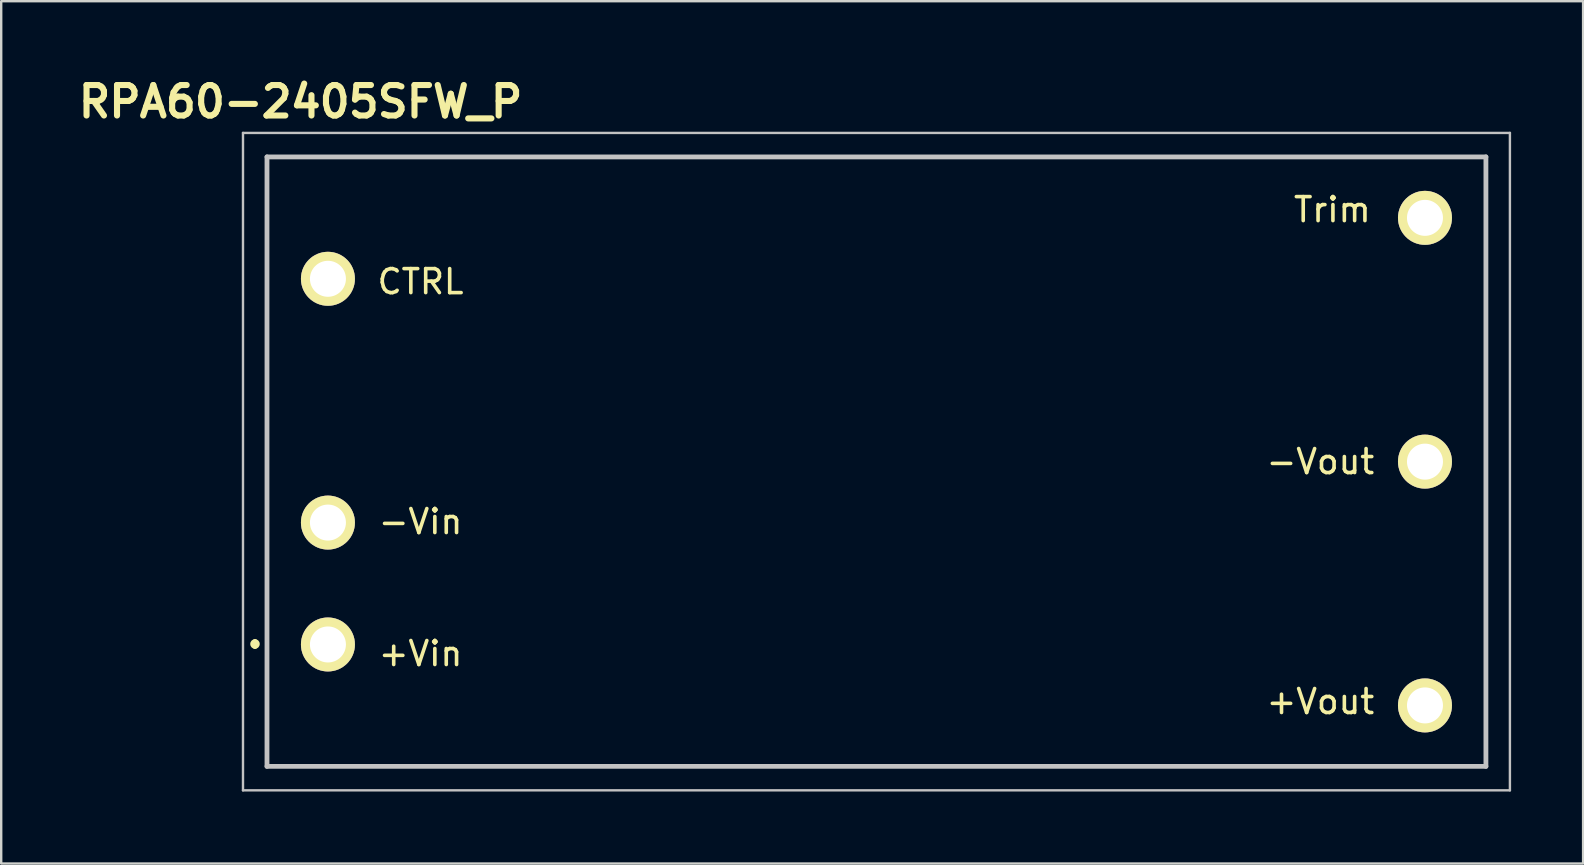
<source format=kicad_pcb>
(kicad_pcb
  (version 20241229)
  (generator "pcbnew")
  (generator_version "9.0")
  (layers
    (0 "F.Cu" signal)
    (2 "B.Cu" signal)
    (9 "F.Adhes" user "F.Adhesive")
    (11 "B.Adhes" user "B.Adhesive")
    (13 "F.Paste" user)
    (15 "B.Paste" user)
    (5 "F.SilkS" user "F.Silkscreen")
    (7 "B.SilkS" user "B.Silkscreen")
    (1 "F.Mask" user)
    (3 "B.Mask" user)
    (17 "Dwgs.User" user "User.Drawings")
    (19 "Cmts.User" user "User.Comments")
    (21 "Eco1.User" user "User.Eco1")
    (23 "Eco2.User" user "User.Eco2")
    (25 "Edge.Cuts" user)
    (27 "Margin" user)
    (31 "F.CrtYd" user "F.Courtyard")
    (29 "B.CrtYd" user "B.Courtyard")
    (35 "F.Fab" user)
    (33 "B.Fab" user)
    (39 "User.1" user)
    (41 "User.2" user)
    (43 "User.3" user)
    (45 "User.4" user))
  (footprint "RPA60-2405SFW_P"
    (layer "F.Cu")
    (at 33.477 16.189)
    (property "Reference" "RPA60-2405SFW_P" (at -24 -15 0) (layer "F.SilkS") (effects (font (size 1.27 1.27) (thickness 0.254))))
    (attr through_hole)
    (fp_line (start -25.9 7.5) (end -25.9 7.5) (stroke (width 0.2) (type solid)) (layer "F.SilkS"))
    (fp_line (start -25.9 7.7) (end -25.9 7.7) (stroke (width 0.2) (type solid)) (layer "F.SilkS"))
    (fp_line (start -25.4 -12.7) (end 25.4 -12.7) (stroke (width 0.1) (type solid)) (layer "F.SilkS"))
    (fp_line (start -25.4 12.7) (end -25.4 -12.7) (stroke (width 0.1) (type solid)) (layer "F.SilkS"))
    (fp_line (start 25.4 -12.7) (end 25.4 12.7) (stroke (width 0.1) (type solid)) (layer "F.SilkS"))
    (fp_line (start 25.4 12.7) (end -25.4 12.7) (stroke (width 0.1) (type solid)) (layer "F.SilkS"))
    (fp_arc (start -25.9 7.5) (mid -25.8 7.6) (end -25.9 7.7) (stroke (width 0.2) (type solid)) (layer "F.SilkS"))
    (fp_arc (start -25.9 7.7) (mid -26 7.6) (end -25.9 7.5) (stroke (width 0.2) (type solid)) (layer "F.SilkS"))
    (fp_line (start -26.4 -13.7) (end 26.4 -13.7) (stroke (width 0.1) (type solid)) (layer "Dwgs.User"))
    (fp_line (start -26.4 13.7) (end -26.4 -13.7) (stroke (width 0.1) (type solid)) (layer "Dwgs.User"))
    (fp_line (start -25.4 -12.7) (end 25.4 -12.7) (stroke (width 0.2) (type solid)) (layer "Dwgs.User"))
    (fp_line (start -25.4 12.7) (end -25.4 -12.7) (stroke (width 0.2) (type solid)) (layer "Dwgs.User"))
    (fp_line (start 25.4 -12.7) (end 25.4 12.7) (stroke (width 0.2) (type solid)) (layer "Dwgs.User"))
    (fp_line (start 25.4 12.7) (end -25.4 12.7) (stroke (width 0.2) (type solid)) (layer "Dwgs.User"))
    (fp_line (start 26.4 -13.7) (end 26.4 13.7) (stroke (width 0.1) (type solid)) (layer "Dwgs.User"))
    (fp_line (start 26.4 13.7) (end -26.4 13.7) (stroke (width 0.1) (type solid)) (layer "Dwgs.User"))
    (fp_text user "+Vin" (at -19 8 0) (layer "F.SilkS") (effects (font (size 1 1) (thickness 0.15))))
    (fp_text user "-Vin" (at -19 2.5 0) (layer "F.SilkS") (effects (font (size 1 1) (thickness 0.15))))
    (fp_text user "+Vout" (at 18.5 10 0) (layer "F.SilkS") (effects (font (size 1 1) (thickness 0.15))))
    (fp_text user "Trim" (at 19 -10.5 0) (layer "F.SilkS") (effects (font (size 1 1) (thickness 0.15))))
    (fp_text user "-Vout" (at 18.5 0 0) (layer "F.SilkS") (effects (font (size 1 1) (thickness 0.15))))
    (fp_text user "CTRL" (at -19 -7.5 0) (layer "F.SilkS") (effects (font (size 1 1) (thickness 0.15))))
    (pad "1" thru_hole circle (at -22.86 7.62 90) (size 2.25 2.25) (drill 1.5) (layers "*.Cu" "*.Mask" "F.SilkS"))
    (pad "2" thru_hole circle (at -22.86 2.54 90) (size 2.25 2.25) (drill 1.5) (layers "*.Cu" "*.Mask" "F.SilkS"))
    (pad "3" thru_hole circle (at -22.86 -7.62 90) (size 2.25 2.25) (drill 1.5) (layers "*.Cu" "*.Mask" "F.SilkS"))
    (pad "4" thru_hole circle (at 22.86 -10.16 90) (size 2.25 2.25) (drill 1.5) (layers "*.Cu" "*.Mask" "F.SilkS"))
    (pad "5" thru_hole circle (at 22.86 0 90) (size 2.25 2.25) (drill 1.5) (layers "*.Cu" "*.Mask" "F.SilkS"))
    (pad "6" thru_hole circle (at 22.86 10.16 90) (size 2.25 2.25) (drill 1.5) (layers "*.Cu" "*.Mask" "F.SilkS")))
  (gr_rect
    (start -3 -3)
    (end 62.927 32.939)
    (stroke (width 0.1) (type default))
    (fill no)
    (layer "Edge.Cuts")))
</source>
